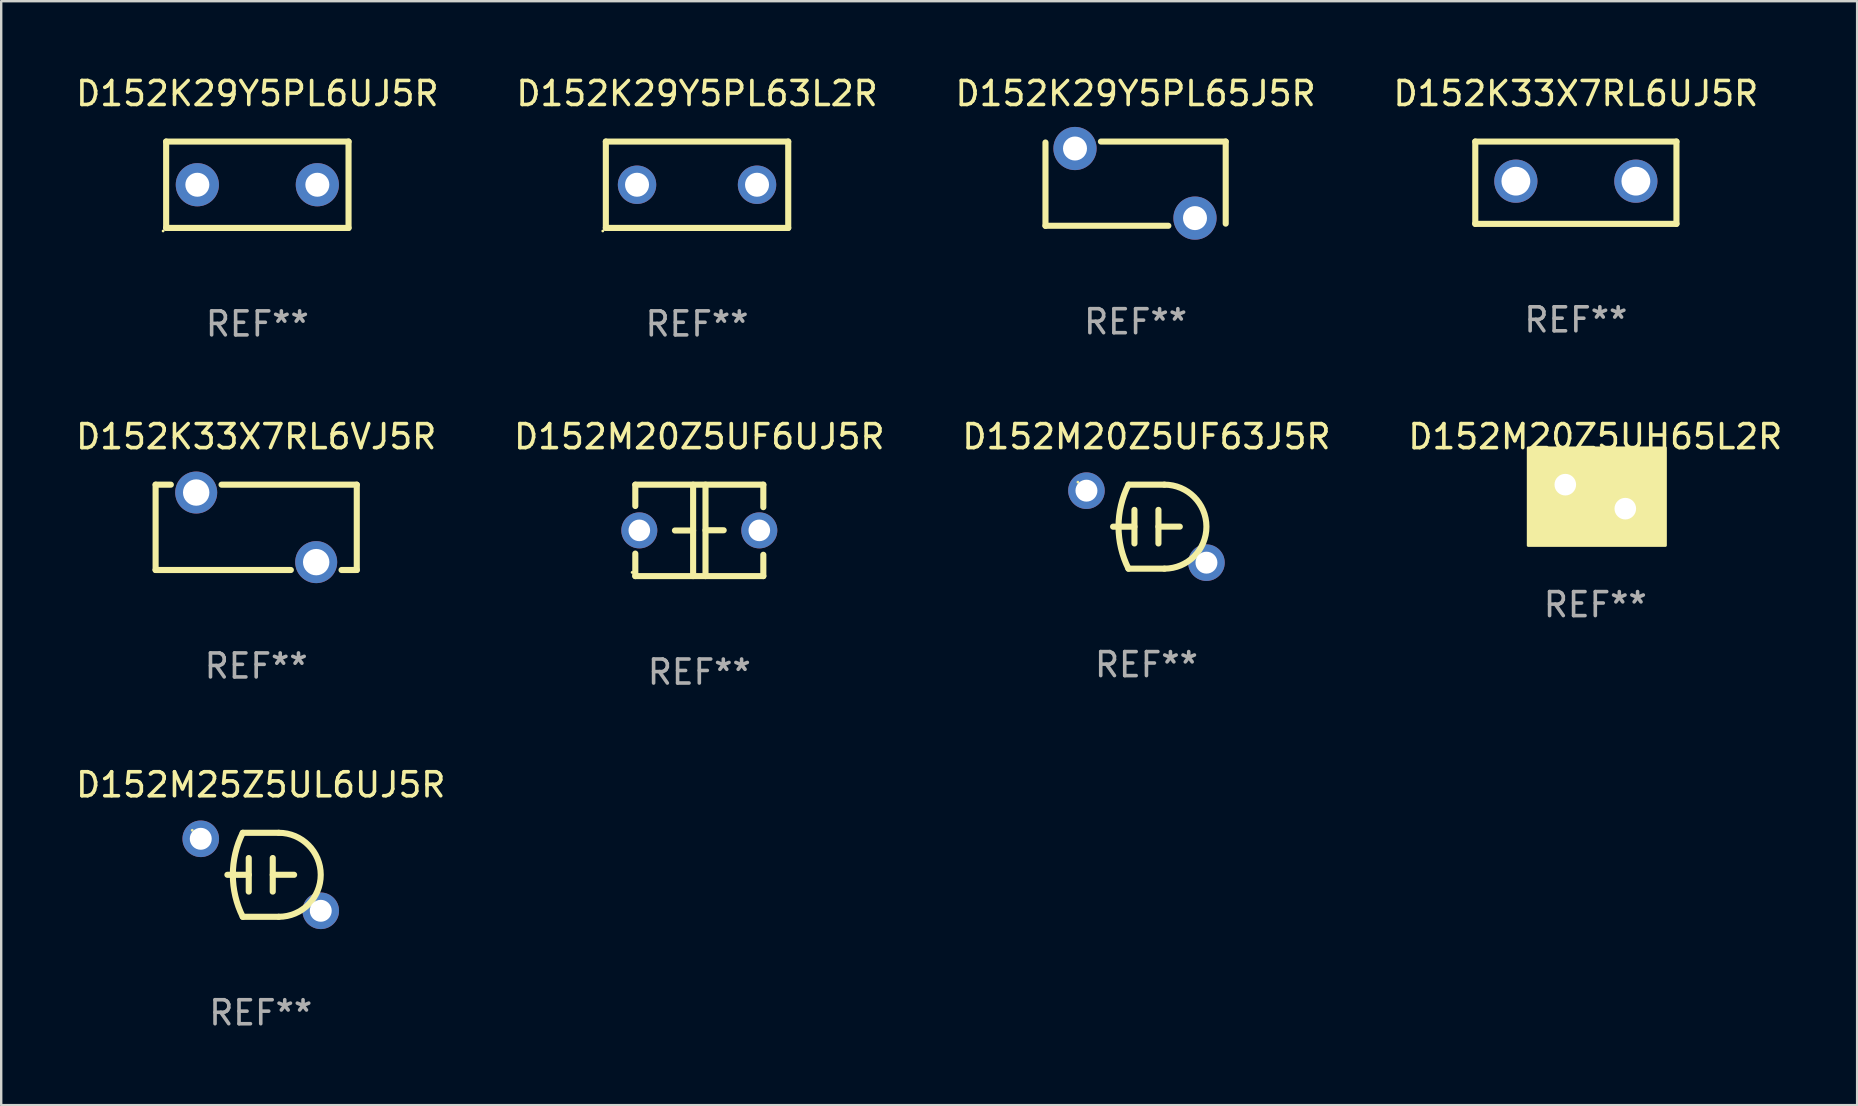
<source format=kicad_pcb>
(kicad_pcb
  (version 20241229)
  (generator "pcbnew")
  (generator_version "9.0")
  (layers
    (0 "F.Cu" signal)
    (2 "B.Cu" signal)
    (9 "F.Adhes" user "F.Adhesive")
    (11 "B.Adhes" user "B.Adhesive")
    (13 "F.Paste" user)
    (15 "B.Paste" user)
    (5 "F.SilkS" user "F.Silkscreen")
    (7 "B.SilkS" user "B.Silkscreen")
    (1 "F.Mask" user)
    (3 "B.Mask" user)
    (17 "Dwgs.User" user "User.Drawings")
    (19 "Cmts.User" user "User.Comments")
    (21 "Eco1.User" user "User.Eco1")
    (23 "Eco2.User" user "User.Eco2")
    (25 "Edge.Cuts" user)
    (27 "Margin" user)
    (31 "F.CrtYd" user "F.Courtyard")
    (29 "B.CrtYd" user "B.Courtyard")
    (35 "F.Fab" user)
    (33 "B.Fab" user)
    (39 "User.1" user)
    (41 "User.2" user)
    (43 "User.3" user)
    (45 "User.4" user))
  (footprint "D152K29Y5PL65J5R"
    (layer "F.Cu")
    (at 44.268 4.603)
    (property "Reference" "D152K29Y5PL65J5R" (at 0 -3.755 0) (layer "F.SilkS") (effects (font (size 1 1) (thickness 0.15))))
    (attr through_hole)
    (fp_line (start -3.755 1.755) (end -3.755 -1.715) (stroke (width 0.254) (type solid)) (layer "F.SilkS"))
    (fp_line (start -3.755 1.755) (end 1.365 1.755) (stroke (width 0.254) (type solid)) (layer "F.SilkS"))
    (fp_line (start -1.445 -1.755) (end 3.755 -1.755) (stroke (width 0.254) (type solid)) (layer "F.SilkS"))
    (fp_line (start 3.755 -1.755) (end 3.755 1.665) (stroke (width 0.254) (type solid)) (layer "F.SilkS"))
    (fp_circle (center -3.775 -1.765) (end -3.745 -1.765) (stroke (width 0.06) (type solid)) (fill no) (layer "F.SilkS"))
    (fp_text user "REF**" (at 0 5.755 0) (layer "F.Fab") (effects (font (size 1 1) (thickness 0.15))))
    (pad "1" thru_hole circle (at -2.525 -1.465) (size 1.8 1.8) (drill 1) (layers "*.Cu" "*.Mask"))
    (pad "2" thru_hole circle (at 2.475 1.435) (size 1.8 1.8) (drill 1) (layers "*.Cu" "*.Mask")))
  (footprint "D152K33X7RL6VJ5R"
    (layer "F.Cu")
    (at 7.625 18.923)
    (property "Reference" "D152K33X7RL6VJ5R" (at 0 -3.778 0) (layer "F.SilkS") (effects (font (size 1 1) (thickness 0.15))))
    (attr through_hole)
    (fp_line (start -4.191 -1.778) (end -3.556 -1.778) (stroke (width 0.254) (type solid)) (layer "F.SilkS"))
    (fp_line (start -4.191 1.778) (end -4.191 -1.778) (stroke (width 0.254) (type solid)) (layer "F.SilkS"))
    (fp_line (start -1.444 -1.778) (end 4.191 -1.778) (stroke (width 0.254) (type solid)) (layer "F.SilkS"))
    (fp_line (start 1.444 1.778) (end -4.191 1.778) (stroke (width 0.254) (type solid)) (layer "F.SilkS"))
    (fp_line (start 4.191 -1.778) (end 4.191 1.778) (stroke (width 0.254) (type solid)) (layer "F.SilkS"))
    (fp_line (start 4.191 1.778) (end 3.556 1.778) (stroke (width 0.254) (type solid)) (layer "F.SilkS"))
    (fp_circle (center -4.25 1.75) (end -4.22 1.75) (stroke (width 0.06) (type solid)) (fill no) (layer "F.SilkS"))
    (fp_text user "REF**" (at 0 5.778 0) (layer "F.Fab") (effects (font (size 1 1) (thickness 0.15))))
    (pad "1" thru_hole circle (at -2.5 -1.45) (size 1.75 1.75) (drill 1.1) (layers "*.Cu" "*.Mask"))
    (pad "2" thru_hole circle (at 2.5 1.45) (size 1.75 1.75) (drill 1.1) (layers "*.Cu" "*.Mask")))
  (footprint "D152K33X7RL6UJ5R"
    (layer "F.Cu")
    (at 62.613 4.563)
    (property "Reference" "D152K33X7RL6UJ5R" (at 0 -3.715 0) (layer "F.SilkS") (effects (font (size 1 1) (thickness 0.15))))
    (attr through_hole)
    (fp_line (start -4.191 -1.715) (end -4.191 1.715) (stroke (width 0.254) (type solid)) (layer "F.SilkS"))
    (fp_line (start -4.191 1.715) (end 4.191 1.715) (stroke (width 0.254) (type solid)) (layer "F.SilkS"))
    (fp_line (start 4.191 -1.715) (end -4.191 -1.715) (stroke (width 0.254) (type solid)) (layer "F.SilkS"))
    (fp_line (start 4.191 1.715) (end 4.191 -1.715) (stroke (width 0.254) (type solid)) (layer "F.SilkS"))
    (fp_circle (center -4.25 1.687) (end -4.22 1.687) (stroke (width 0.06) (type solid)) (fill no) (layer "F.SilkS"))
    (fp_text user "REF**" (at 0 5.715 0) (layer "F.Fab") (effects (font (size 1 1) (thickness 0.15))))
    (pad "1" thru_hole circle (at -2.5 -0.064) (size 1.8 1.8) (drill 1.2) (layers "*.Cu" "*.Mask"))
    (pad "2" thru_hole circle (at 2.5 -0.064) (size 1.8 1.8) (drill 1.2) (layers "*.Cu" "*.Mask")))
  (footprint "D152K29Y5PL63L2R"
    (layer "F.Cu")
    (at 25.994 4.648)
    (property "Reference" "D152K29Y5PL63L2R" (at 0 -3.8 0) (layer "F.SilkS") (effects (font (size 1 1) (thickness 0.15))))
    (attr through_hole)
    (fp_line (start -3.8 -1.8) (end 3.8 -1.8) (stroke (width 0.254) (type solid)) (layer "F.SilkS"))
    (fp_line (start -3.8 1.8) (end -3.8 -1.8) (stroke (width 0.254) (type solid)) (layer "F.SilkS"))
    (fp_line (start 3.8 -1.8) (end 3.8 1.8) (stroke (width 0.254) (type solid)) (layer "F.SilkS"))
    (fp_line (start 3.8 1.8) (end -3.8 1.8) (stroke (width 0.254) (type solid)) (layer "F.SilkS"))
    (fp_circle (center -3.927 1.927) (end -3.897 1.927) (stroke (width 0.06) (type solid)) (fill no) (layer "F.SilkS"))
    (fp_text user "REF**" (at 0 5.8 0) (layer "F.Fab") (effects (font (size 1 1) (thickness 0.15))))
    (pad "1" thru_hole circle (at -2.5 0) (size 1.6 1.6) (drill 1) (layers "*.Cu" "*.Mask"))
    (pad "2" thru_hole circle (at 2.5 0) (size 1.6 1.6) (drill 1) (layers "*.Cu" "*.Mask")))
  (footprint "D152M20Z5UF63J5R"
    (layer "F.Cu")
    (at 44.72 18.895)
    (property "Reference" "D152M20Z5UF63J5R" (at 0 -3.75 0) (layer "F.SilkS") (effects (font (size 1 1) (thickness 0.15))))
    (attr through_hole)
    (fp_line (start -0.75 -1.75) (end 0.75 -1.75) (stroke (width 0.254) (type solid)) (layer "F.SilkS"))
    (fp_line (start -0.5 -0.7) (end -0.5 0.7) (stroke (width 0.254) (type solid)) (layer "F.SilkS"))
    (fp_line (start -0.5 0.000305) (end -1.39 0.000305) (stroke (width 0.254) (type solid)) (layer "F.SilkS"))
    (fp_line (start 0.5 -0.000356) (end 1.39 -0.000356) (stroke (width 0.254) (type solid)) (layer "F.SilkS"))
    (fp_line (start 0.5 0.7) (end 0.5 -0.7) (stroke (width 0.254) (type solid)) (layer "F.SilkS"))
    (fp_line (start 0.75 1.75) (end -0.75 1.75) (stroke (width 0.254) (type solid)) (layer "F.SilkS"))
    (fp_arc (start -0.749429 1.750063) (mid -1.1628 0.000109) (end -0.75014 -1.750013) (stroke (width 0.254001) (type solid)) (layer "F.SilkS"))
    (fp_arc (start 0.749173 -1.750063) (mid 2.499212 -0.000381) (end 0.749886 1.750013) (stroke (width 0.254001) (type solid)) (layer "F.SilkS"))
    (fp_circle (center -2.855 -1.855) (end -2.825 -1.855) (stroke (width 0.06) (type solid)) (fill no) (layer "F.SilkS"))
    (fp_text user "REF**" (at 0 5.75 0) (layer "F.Fab") (effects (font (size 1 1) (thickness 0.15))))
    (pad "1" thru_hole circle (at -2.5 -1.5) (size 1.524 1.524) (drill 0.914) (layers "*.Cu" "*.Mask"))
    (pad "2" thru_hole circle (at 2.5 1.5) (size 1.524 1.524) (drill 0.914) (layers "*.Cu" "*.Mask")))
  (footprint "D152M25Z5UL6UJ5R"
    (layer "F.Cu")
    (at 7.815 33.401)
    (property "Reference" "D152M25Z5UL6UJ5R" (at 0 -3.75 0) (layer "F.SilkS") (effects (font (size 1 1) (thickness 0.15))))
    (attr through_hole)
    (fp_line (start -0.75 -1.75) (end 0.75 -1.75) (stroke (width 0.254) (type solid)) (layer "F.SilkS"))
    (fp_line (start -0.5 -0.7) (end -0.5 0.7) (stroke (width 0.254) (type solid)) (layer "F.SilkS"))
    (fp_line (start -0.5 0.000305) (end -1.39 0.000305) (stroke (width 0.254) (type solid)) (layer "F.SilkS"))
    (fp_line (start 0.5 -0.000356) (end 1.39 -0.000356) (stroke (width 0.254) (type solid)) (layer "F.SilkS"))
    (fp_line (start 0.5 0.7) (end 0.5 -0.7) (stroke (width 0.254) (type solid)) (layer "F.SilkS"))
    (fp_line (start 0.75 1.75) (end -0.75 1.75) (stroke (width 0.254) (type solid)) (layer "F.SilkS"))
    (fp_arc (start -0.749429 1.750063) (mid -1.1628 0.000109) (end -0.75014 -1.750013) (stroke (width 0.254001) (type solid)) (layer "F.SilkS"))
    (fp_arc (start 0.749173 -1.750063) (mid 2.499212 -0.000381) (end 0.749886 1.750013) (stroke (width 0.254001) (type solid)) (layer "F.SilkS"))
    (fp_circle (center -2.855 -1.855) (end -2.825 -1.855) (stroke (width 0.06) (type solid)) (fill no) (layer "F.SilkS"))
    (fp_text user "REF**" (at 0 5.75 0) (layer "F.Fab") (effects (font (size 1 1) (thickness 0.15))))
    (pad "1" thru_hole circle (at -2.5 -1.5) (size 1.524 1.524) (drill 0.914) (layers "*.Cu" "*.Mask"))
    (pad "2" thru_hole circle (at 2.5 1.5) (size 1.524 1.524) (drill 0.914) (layers "*.Cu" "*.Mask")))
  (footprint "D152M20Z5UF6UJ5R"
    (layer "F.Cu")
    (at 26.089 19.05)
    (property "Reference" "D152M20Z5UF6UJ5R" (at 0 -3.905 0) (layer "F.SilkS") (effects (font (size 1 1) (thickness 0.15))))
    (attr through_hole)
    (fp_line (start -2.667 -1.905) (end -2.667 -1.016) (stroke (width 0.254) (type solid)) (layer "F.SilkS"))
    (fp_line (start -2.667 0.967) (end -2.667 1.905) (stroke (width 0.254) (type solid)) (layer "F.SilkS"))
    (fp_line (start -2.667 1.905) (end 2.667 1.905) (stroke (width 0.254) (type solid)) (layer "F.SilkS"))
    (fp_line (start -0.258 0.005) (end -1.016 0.005) (stroke (width 0.254) (type solid)) (layer "F.SilkS"))
    (fp_line (start -0.258 1.905) (end -0.258 -1.905) (stroke (width 0.254) (type solid)) (layer "F.SilkS"))
    (fp_line (start 0.258 -1.905) (end 0.258 1.905) (stroke (width 0.254) (type solid)) (layer "F.SilkS"))
    (fp_line (start 0.258 -0.005) (end 1.016 -0.005) (stroke (width 0.254) (type solid)) (layer "F.SilkS"))
    (fp_line (start 2.667 -1.905) (end -2.667 -1.905) (stroke (width 0.254) (type solid)) (layer "F.SilkS"))
    (fp_line (start 2.667 -0.967) (end 2.667 -1.905) (stroke (width 0.254) (type solid)) (layer "F.SilkS"))
    (fp_line (start 2.667 1.905) (end 2.667 1.016) (stroke (width 0.254) (type solid)) (layer "F.SilkS"))
    (fp_circle (center -2.8 1.75) (end -2.77 1.75) (stroke (width 0.06) (type solid)) (fill no) (layer "F.SilkS"))
    (fp_text user "REF**" (at 0 5.905 0) (layer "F.Fab") (effects (font (size 1 1) (thickness 0.15))))
    (pad "1" thru_hole circle (at -2.5 0) (size 1.5 1.5) (drill 0.9) (layers "*.Cu" "*.Mask"))
    (pad "2" thru_hole circle (at 2.5 0) (size 1.5 1.5) (drill 0.9) (layers "*.Cu" "*.Mask")))
  (footprint "D152M20Z5UH65L2R"
    (layer "F.Cu")
    (at 63.423 17.645)
    (property "Reference" "D152M20Z5UH65L2R" (at 0 -2.5 0) (layer "F.SilkS") (effects (font (size 1 1) (thickness 0.15))))
    (attr through_hole)
    (fp_circle (center -2.5 -1.75) (end -2.47 -1.75) (stroke (width 0.06) (type solid)) (fill no) (layer "F.SilkS"))
    (fp_poly (pts (xy -2.794 -2.032) (xy 2.921 -2.032) (xy 2.921 2.032) (xy -2.794 2.032)) (stroke (width 0.12) (type solid)) (fill yes) (layer "F.SilkS"))
    (fp_text user "REF**" (at 0 4.5 0) (layer "F.Fab") (effects (font (size 1 1) (thickness 0.15))))
    (pad "1" thru_hole circle (at -1.25 -0.5) (size 1.5 1.5) (drill 0.9) (layers "*.Cu" "*.Mask"))
    (pad "2" thru_hole circle (at 1.25 0.5) (size 1.5 1.5) (drill 0.9) (layers "*.Cu" "*.Mask")))
  (footprint "D152K29Y5PL6UJ5R"
    (layer "F.Cu")
    (at 7.673 4.648)
    (property "Reference" "D152K29Y5PL6UJ5R" (at 0 -3.8 0) (layer "F.SilkS") (effects (font (size 1 1) (thickness 0.15))))
    (attr through_hole)
    (fp_line (start -3.8 -1.8) (end -3.8 1.8) (stroke (width 0.254) (type solid)) (layer "F.SilkS"))
    (fp_line (start -3.8 -1.8) (end 3.8 -1.8) (stroke (width 0.254) (type solid)) (layer "F.SilkS"))
    (fp_line (start -3.8 1.8) (end 3.8 1.8) (stroke (width 0.254) (type solid)) (layer "F.SilkS"))
    (fp_line (start 3.8 -1.8) (end 3.8 1.8) (stroke (width 0.254) (type solid)) (layer "F.SilkS"))
    (fp_circle (center -3.927 1.927) (end -3.897 1.927) (stroke (width 0.06) (type solid)) (fill no) (layer "F.SilkS"))
    (fp_text user "REF**" (at 0 5.8 0) (layer "F.Fab") (effects (font (size 1 1) (thickness 0.15))))
    (pad "1" thru_hole circle (at -2.5 0) (size 1.8 1.8) (drill 1) (layers "*.Cu" "*.Mask"))
    (pad "2" thru_hole circle (at 2.5 0) (size 1.8 1.8) (drill 1) (layers "*.Cu" "*.Mask")))
  (gr_rect
    (start -3 -3)
    (end 74.333 43)
    (stroke (width 0.1) (type default))
    (fill no)
    (layer "Edge.Cuts")))
</source>
